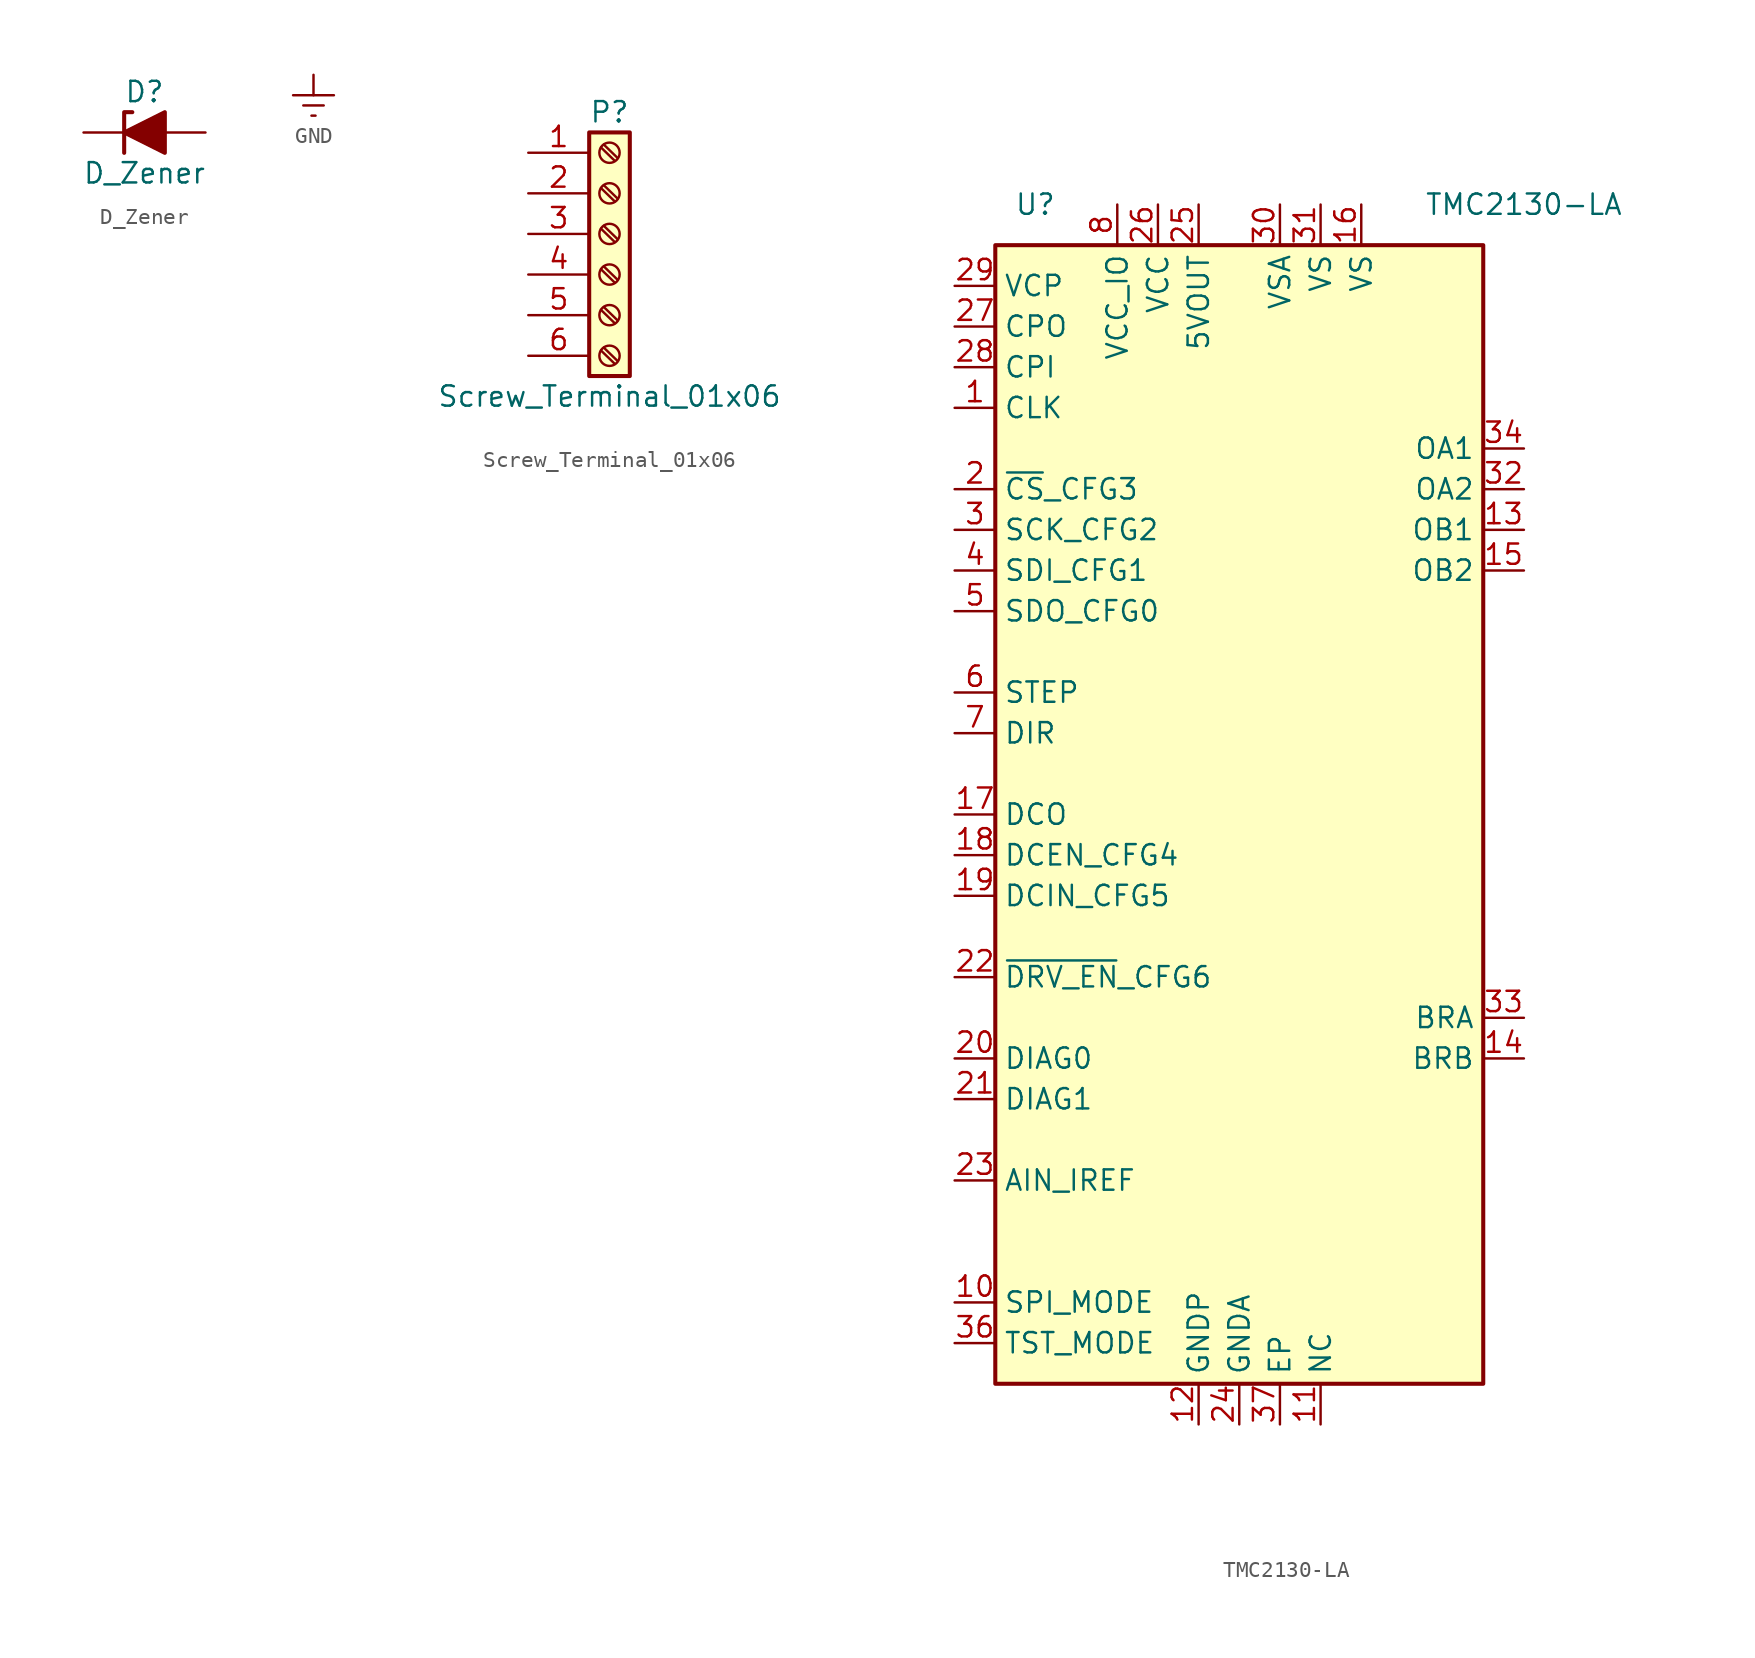
<source format=kicad_sym>
(kicad_symbol_lib
  (version 20211014)
  (generator kicad_symbol_editor)
  (symbol "D_Zener"
    (pin_numbers hide)
    (pin_names
      (offset 1.016) hide)
    (property "Reference" "D"
      (at 0 2.54 0)
      (effects (font (size 1.27 1.27))))
    (property "Value" "D_Zener"
      (at 0 -2.54 0)
      (effects (font (size 1.27 1.27))))
    (symbol "D_Zener_0_1"
      (polyline (pts (xy 1.27 0) (xy -1.27 0)) (stroke (width 0) (type default) (color 0 0 0 0)) (fill (type none)))
      (polyline (pts (xy -1.27 -1.27) (xy -1.27 1.27) (xy -0.762 1.27)) (stroke (width 0.254) (type default) (color 0 0 0 0)) (fill (type none)))
      (polyline (pts (xy 1.27 -1.27) (xy 1.27 1.27) (xy -1.27 0) (xy 1.27 -1.27)) (stroke (width 0.254) (type default) (color 0 0 0 0)) (fill (type outline))))
    (symbol "D_Zener_1_1"
      (pin passive line (at -3.81 0 0) (length 2.54) (name "K" (effects (font (size 1.27 1.27)))) (number "1" (effects (font (size 1.27 1.27)))))
      (pin passive line (at 3.81 0 180) (length 2.54) (name "A" (effects (font (size 1.27 1.27)))) (number "2" (effects (font (size 1.27 1.27)))))))
  (symbol "GND"
    (power)
    (pin_names
      (offset 0))
    (property "Reference" "#PWR"
      (at 0 -6.35 0)
      (effects (font (size 1.27 1.27)) hide))
    (symbol "GND_0_1"
      (polyline (pts (xy -0.635 -1.905) (xy 0.635 -1.905)) (stroke (width 0) (type default) (color 0 0 0 0)) (fill (type none)))
      (polyline (pts (xy -0.127 -2.54) (xy 0.127 -2.54)) (stroke (width 0) (type default) (color 0 0 0 0)) (fill (type none)))
      (polyline (pts (xy 0 -1.27) (xy 0 0)) (stroke (width 0) (type default) (color 0 0 0 0)) (fill (type none)))
      (polyline (pts (xy 1.27 -1.27) (xy -1.27 -1.27)) (stroke (width 0) (type default) (color 0 0 0 0)) (fill (type none))))
    (symbol "GND_1_1"
      (pin power_in line (at 0 0 270) (length 0) hide (name "GND" (effects (font (size 1.27 1.27)))) (number "1" (effects (font (size 1.27 1.27)))))))
  (symbol "Screw_Terminal_01x06"
    (pin_names
      (offset 1.016) hide)
    (property "Reference" "P"
      (at 0 7.62 0)
      (effects (font (size 1.27 1.27))))
    (property "Value" "Screw_Terminal_01x06"
      (at 0 -10.16 0)
      (effects (font (size 1.27 1.27))))
    (symbol "Screw_Terminal_01x06_1_1"
      (rectangle (start -1.27 6.35) (end 1.27 -8.89) (stroke (width 0.254) (type default) (color 0 0 0 0)) (fill (type background)))
      (circle (center 0 -7.62) (radius 0.635) (stroke (width 0.152) (type default) (color 0 0 0 0)) (fill (type none)))
      (circle (center 0 -5.08) (radius 0.635) (stroke (width 0.152) (type default) (color 0 0 0 0)) (fill (type none)))
      (circle (center 0 -2.54) (radius 0.635) (stroke (width 0.152) (type default) (color 0 0 0 0)) (fill (type none)))
      (polyline (pts (xy -0.533 -7.29) (xy 0.33 -8.128)) (stroke (width 0.152) (type default) (color 0 0 0 0)) (fill (type none)))
      (polyline (pts (xy -0.533 -4.75) (xy 0.33 -5.588)) (stroke (width 0.152) (type default) (color 0 0 0 0)) (fill (type none)))
      (polyline (pts (xy -0.533 -2.21) (xy 0.33 -3.048)) (stroke (width 0.152) (type default) (color 0 0 0 0)) (fill (type none)))
      (polyline (pts (xy -0.533 0.33) (xy 0.33 -0.508)) (stroke (width 0.152) (type default) (color 0 0 0 0)) (fill (type none)))
      (polyline (pts (xy -0.533 2.87) (xy 0.33 2.032)) (stroke (width 0.152) (type default) (color 0 0 0 0)) (fill (type none)))
      (polyline (pts (xy -0.533 5.41) (xy 0.33 4.572)) (stroke (width 0.152) (type default) (color 0 0 0 0)) (fill (type none)))
      (polyline (pts (xy -0.356 -7.112) (xy 0.508 -7.95)) (stroke (width 0.152) (type default) (color 0 0 0 0)) (fill (type none)))
      (polyline (pts (xy -0.356 -4.572) (xy 0.508 -5.41)) (stroke (width 0.152) (type default) (color 0 0 0 0)) (fill (type none)))
      (polyline (pts (xy -0.356 -2.032) (xy 0.508 -2.87)) (stroke (width 0.152) (type default) (color 0 0 0 0)) (fill (type none)))
      (polyline (pts (xy -0.356 0.508) (xy 0.508 -0.33)) (stroke (width 0.152) (type default) (color 0 0 0 0)) (fill (type none)))
      (polyline (pts (xy -0.356 3.048) (xy 0.508 2.21)) (stroke (width 0.152) (type default) (color 0 0 0 0)) (fill (type none)))
      (polyline (pts (xy -0.356 5.588) (xy 0.508 4.75)) (stroke (width 0.152) (type default) (color 0 0 0 0)) (fill (type none)))
      (circle (center 0 0) (radius 0.635) (stroke (width 0.152) (type default) (color 0 0 0 0)) (fill (type none)))
      (circle (center 0 2.54) (radius 0.635) (stroke (width 0.152) (type default) (color 0 0 0 0)) (fill (type none)))
      (circle (center 0 5.08) (radius 0.635) (stroke (width 0.152) (type default) (color 0 0 0 0)) (fill (type none)))
      (pin passive line (at -5.08 5.08 0) (length 3.81) (name "Pin_1" (effects (font (size 1.27 1.27)))) (number "1" (effects (font (size 1.27 1.27)))))
      (pin passive line (at -5.08 2.54 0) (length 3.81) (name "Pin_2" (effects (font (size 1.27 1.27)))) (number "2" (effects (font (size 1.27 1.27)))))
      (pin passive line (at -5.08 0 0) (length 3.81) (name "Pin_3" (effects (font (size 1.27 1.27)))) (number "3" (effects (font (size 1.27 1.27)))))
      (pin passive line (at -5.08 -2.54 0) (length 3.81) (name "Pin_4" (effects (font (size 1.27 1.27)))) (number "4" (effects (font (size 1.27 1.27)))))
      (pin passive line (at -5.08 -5.08 0) (length 3.81) (name "Pin_5" (effects (font (size 1.27 1.27)))) (number "5" (effects (font (size 1.27 1.27)))))
      (pin passive line (at -5.08 -7.62 0) (length 3.81) (name "Pin_6" (effects (font (size 1.27 1.27)))) (number "6" (effects (font (size 1.27 1.27)))))))
  (symbol "TMC2130-LA"
    (property "Reference" "U"
      (at -11.43 38.1 0)
      (effects (font (size 1.27 1.27)) (justify right)))
    (property "Value" "TMC2130-LA"
      (at 17.78 38.1 0)
      (effects (font (size 1.27 1.27))))
    (symbol "TMC2130-LA_0_1"
      (rectangle (start -15.24 35.56) (end 15.24 -35.56) (stroke (width 0.254) (type default) (color 0 0 0 0)) (fill (type background))))
    (symbol "TMC2130-LA_1_1"
      (pin input line (at -17.78 25.4 0) (length 2.54) (name "CLK" (effects (font (size 1.27 1.27)))) (number "1" (effects (font (size 1.27 1.27)))))
      (pin input line (at -17.78 -30.48 0) (length 2.54) (name "SPI_MODE" (effects (font (size 1.27 1.27)))) (number "10" (effects (font (size 1.27 1.27)))))
      (pin passive line (at 5.08 -38.1 90) (length 2.54) (name "NC" (effects (font (size 1.27 1.27)))) (number "11" (effects (font (size 1.27 1.27)))))
      (pin power_in line (at -2.54 -38.1 90) (length 2.54) (name "GNDP" (effects (font (size 1.27 1.27)))) (number "12" (effects (font (size 1.27 1.27)))))
      (pin output line (at 17.78 17.78 180) (length 2.54) (name "OB1" (effects (font (size 1.27 1.27)))) (number "13" (effects (font (size 1.27 1.27)))))
      (pin passive line (at 17.78 -15.24 180) (length 2.54) (name "BRB" (effects (font (size 1.27 1.27)))) (number "14" (effects (font (size 1.27 1.27)))))
      (pin output line (at 17.78 15.24 180) (length 2.54) (name "OB2" (effects (font (size 1.27 1.27)))) (number "15" (effects (font (size 1.27 1.27)))))
      (pin power_in line (at 7.62 38.1 270) (length 2.54) (name "VS" (effects (font (size 1.27 1.27)))) (number "16" (effects (font (size 1.27 1.27)))))
      (pin output line (at -17.78 0 0) (length 2.54) (name "DCO" (effects (font (size 1.27 1.27)))) (number "17" (effects (font (size 1.27 1.27)))))
      (pin input line (at -17.78 -2.54 0) (length 2.54) (name "DCEN_CFG4" (effects (font (size 1.27 1.27)))) (number "18" (effects (font (size 1.27 1.27)))))
      (pin input line (at -17.78 -5.08 0) (length 2.54) (name "DCIN_CFG5" (effects (font (size 1.27 1.27)))) (number "19" (effects (font (size 1.27 1.27)))))
      (pin input line (at -17.78 20.32 0) (length 2.54) (name "~{CS}_CFG3" (effects (font (size 1.27 1.27)))) (number "2" (effects (font (size 1.27 1.27)))))
      (pin output line (at -17.78 -15.24 0) (length 2.54) (name "DIAG0" (effects (font (size 1.27 1.27)))) (number "20" (effects (font (size 1.27 1.27)))))
      (pin output line (at -17.78 -17.78 0) (length 2.54) (name "DIAG1" (effects (font (size 1.27 1.27)))) (number "21" (effects (font (size 1.27 1.27)))))
      (pin input line (at -17.78 -10.16 0) (length 2.54) (name "~{DRV_EN}_CFG6" (effects (font (size 1.27 1.27)))) (number "22" (effects (font (size 1.27 1.27)))))
      (pin input line (at -17.78 -22.86 0) (length 2.54) (name "AIN_IREF" (effects (font (size 1.27 1.27)))) (number "23" (effects (font (size 1.27 1.27)))))
      (pin power_in line (at 0 -38.1 90) (length 2.54) (name "GNDA" (effects (font (size 1.27 1.27)))) (number "24" (effects (font (size 1.27 1.27)))))
      (pin power_out line (at -2.54 38.1 270) (length 2.54) (name "5VOUT" (effects (font (size 1.27 1.27)))) (number "25" (effects (font (size 1.27 1.27)))))
      (pin power_in line (at -5.08 38.1 270) (length 2.54) (name "VCC" (effects (font (size 1.27 1.27)))) (number "26" (effects (font (size 1.27 1.27)))))
      (pin passive line (at -17.78 30.48 0) (length 2.54) (name "CPO" (effects (font (size 1.27 1.27)))) (number "27" (effects (font (size 1.27 1.27)))))
      (pin passive line (at -17.78 27.94 0) (length 2.54) (name "CPI" (effects (font (size 1.27 1.27)))) (number "28" (effects (font (size 1.27 1.27)))))
      (pin passive line (at -17.78 33.02 0) (length 2.54) (name "VCP" (effects (font (size 1.27 1.27)))) (number "29" (effects (font (size 1.27 1.27)))))
      (pin input line (at -17.78 17.78 0) (length 2.54) (name "SCK_CFG2" (effects (font (size 1.27 1.27)))) (number "3" (effects (font (size 1.27 1.27)))))
      (pin power_in line (at 2.54 38.1 270) (length 2.54) (name "VSA" (effects (font (size 1.27 1.27)))) (number "30" (effects (font (size 1.27 1.27)))))
      (pin power_in line (at 5.08 38.1 270) (length 2.54) (name "VS" (effects (font (size 1.27 1.27)))) (number "31" (effects (font (size 1.27 1.27)))))
      (pin output line (at 17.78 20.32 180) (length 2.54) (name "OA2" (effects (font (size 1.27 1.27)))) (number "32" (effects (font (size 1.27 1.27)))))
      (pin passive line (at 17.78 -12.7 180) (length 2.54) (name "BRA" (effects (font (size 1.27 1.27)))) (number "33" (effects (font (size 1.27 1.27)))))
      (pin output line (at 17.78 22.86 180) (length 2.54) (name "OA1" (effects (font (size 1.27 1.27)))) (number "34" (effects (font (size 1.27 1.27)))))
      (pin passive line (at -2.54 -38.1 90) (length 2.54) hide (name "GNDP" (effects (font (size 1.27 1.27)))) (number "35" (effects (font (size 1.27 1.27)))))
      (pin input line (at -17.78 -33.02 0) (length 2.54) (name "TST_MODE" (effects (font (size 1.27 1.27)))) (number "36" (effects (font (size 1.27 1.27)))))
      (pin power_in line (at 2.54 -38.1 90) (length 2.54) (name "EP" (effects (font (size 1.27 1.27)))) (number "37" (effects (font (size 1.27 1.27)))))
      (pin input line (at -17.78 15.24 0) (length 2.54) (name "SDI_CFG1" (effects (font (size 1.27 1.27)))) (number "4" (effects (font (size 1.27 1.27)))))
      (pin bidirectional line (at -17.78 12.7 0) (length 2.54) (name "SDO_CFG0" (effects (font (size 1.27 1.27)))) (number "5" (effects (font (size 1.27 1.27)))))
      (pin input line (at -17.78 7.62 0) (length 2.54) (name "STEP" (effects (font (size 1.27 1.27)))) (number "6" (effects (font (size 1.27 1.27)))))
      (pin input line (at -17.78 5.08 0) (length 2.54) (name "DIR" (effects (font (size 1.27 1.27)))) (number "7" (effects (font (size 1.27 1.27)))))
      (pin power_in line (at -7.62 38.1 270) (length 2.54) (name "VCC_IO" (effects (font (size 1.27 1.27)))) (number "8" (effects (font (size 1.27 1.27)))))
      (pin no_connect line (at 17.78 33.02 180) (length 2.54) hide (name "DNC" (effects (font (size 1.27 1.27)))) (number "9" (effects (font (size 1.27 1.27))))))))
</source>
